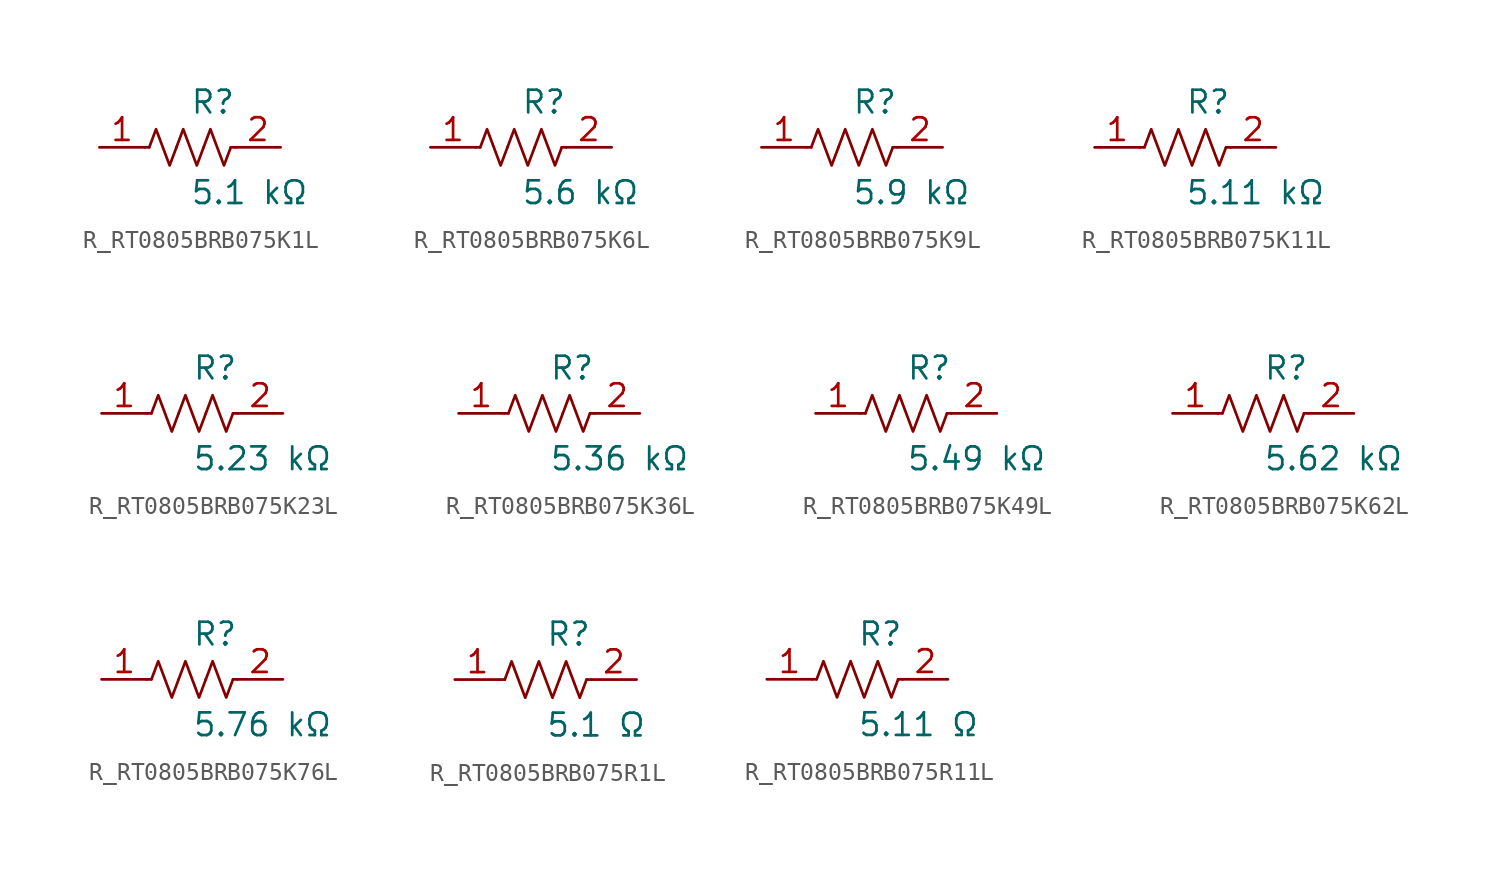
<source format=kicad_sym>
(kicad_symbol_lib
  (version 20231120)
  (generator kicad_symbol_editor)
  (generator_version 8.0)
  (symbol "R_RT0805BRB075K1L"
    (pin_names
      (offset 0.254))
    (property "Reference" "R"
      (at 0 2.54 0)
      (effects (font (size 1.27 1.27)) (justify left)))
    (property "Value" "5.1 kΩ"
      (at 0 -2.54 0)
      (effects (font (size 1.27 1.27)) (justify left)))
    (symbol "R_RT0805BRB075K1L_0_1"
      (polyline (pts (xy 2.286 0) (xy 2.54 0)) (stroke (width 0) (type default)) (fill (type none)))
      (polyline (pts (xy -2.286 0) (xy -2.54 0)) (stroke (width 0) (type default)) (fill (type none)))
      (polyline (pts (xy 0.762 0) (xy 1.143 1.016) (xy 1.524 0) (xy 1.905 -1.016) (xy 2.286 0)) (stroke (width 0) (type default)) (fill (type none)))
      (polyline (pts (xy -0.762 0) (xy -0.381 1.016) (xy 0 0) (xy 0.381 -1.016) (xy 0.762 0)) (stroke (width 0) (type default)) (fill (type none)))
      (polyline (pts (xy -2.286 0) (xy -1.905 1.016) (xy -1.524 0) (xy -1.143 -1.016) (xy -0.762 0)) (stroke (width 0) (type default)) (fill (type none))))
    (pin unspecified line
      (at -5.08 0 0)
      (length 2.54)
      (name "" (effects (font (size 1.27 1.27))))
      (number "1" (effects (font (size 1.27 1.27)))))
    (pin unspecified line
      (at 5.08 0 180)
      (length 2.54)
      (name "" (effects (font (size 1.27 1.27))))
      (number "2" (effects (font (size 1.27 1.27))))))
  (symbol "R_RT0805BRB075K6L"
    (pin_names
      (offset 0.254))
    (property "Reference" "R"
      (at 0 2.54 0)
      (effects (font (size 1.27 1.27)) (justify left)))
    (property "Value" "5.6 kΩ"
      (at 0 -2.54 0)
      (effects (font (size 1.27 1.27)) (justify left)))
    (symbol "R_RT0805BRB075K6L_0_1"
      (polyline (pts (xy 2.286 0) (xy 2.54 0)) (stroke (width 0) (type default)) (fill (type none)))
      (polyline (pts (xy -2.286 0) (xy -2.54 0)) (stroke (width 0) (type default)) (fill (type none)))
      (polyline (pts (xy 0.762 0) (xy 1.143 1.016) (xy 1.524 0) (xy 1.905 -1.016) (xy 2.286 0)) (stroke (width 0) (type default)) (fill (type none)))
      (polyline (pts (xy -0.762 0) (xy -0.381 1.016) (xy 0 0) (xy 0.381 -1.016) (xy 0.762 0)) (stroke (width 0) (type default)) (fill (type none)))
      (polyline (pts (xy -2.286 0) (xy -1.905 1.016) (xy -1.524 0) (xy -1.143 -1.016) (xy -0.762 0)) (stroke (width 0) (type default)) (fill (type none))))
    (pin unspecified line
      (at -5.08 0 0)
      (length 2.54)
      (name "" (effects (font (size 1.27 1.27))))
      (number "1" (effects (font (size 1.27 1.27)))))
    (pin unspecified line
      (at 5.08 0 180)
      (length 2.54)
      (name "" (effects (font (size 1.27 1.27))))
      (number "2" (effects (font (size 1.27 1.27))))))
  (symbol "R_RT0805BRB075K9L"
    (pin_names
      (offset 0.254))
    (property "Reference" "R"
      (at 0 2.54 0)
      (effects (font (size 1.27 1.27)) (justify left)))
    (property "Value" "5.9 kΩ"
      (at 0 -2.54 0)
      (effects (font (size 1.27 1.27)) (justify left)))
    (symbol "R_RT0805BRB075K9L_0_1"
      (polyline (pts (xy 2.286 0) (xy 2.54 0)) (stroke (width 0) (type default)) (fill (type none)))
      (polyline (pts (xy -2.286 0) (xy -2.54 0)) (stroke (width 0) (type default)) (fill (type none)))
      (polyline (pts (xy 0.762 0) (xy 1.143 1.016) (xy 1.524 0) (xy 1.905 -1.016) (xy 2.286 0)) (stroke (width 0) (type default)) (fill (type none)))
      (polyline (pts (xy -0.762 0) (xy -0.381 1.016) (xy 0 0) (xy 0.381 -1.016) (xy 0.762 0)) (stroke (width 0) (type default)) (fill (type none)))
      (polyline (pts (xy -2.286 0) (xy -1.905 1.016) (xy -1.524 0) (xy -1.143 -1.016) (xy -0.762 0)) (stroke (width 0) (type default)) (fill (type none))))
    (pin unspecified line
      (at -5.08 0 0)
      (length 2.54)
      (name "" (effects (font (size 1.27 1.27))))
      (number "1" (effects (font (size 1.27 1.27)))))
    (pin unspecified line
      (at 5.08 0 180)
      (length 2.54)
      (name "" (effects (font (size 1.27 1.27))))
      (number "2" (effects (font (size 1.27 1.27))))))
  (symbol "R_RT0805BRB075K11L"
    (pin_names
      (offset 0.254))
    (property "Reference" "R"
      (at 0 2.54 0)
      (effects (font (size 1.27 1.27)) (justify left)))
    (property "Value" "5.11 kΩ"
      (at 0 -2.54 0)
      (effects (font (size 1.27 1.27)) (justify left)))
    (symbol "R_RT0805BRB075K11L_0_1"
      (polyline (pts (xy 2.286 0) (xy 2.54 0)) (stroke (width 0) (type default)) (fill (type none)))
      (polyline (pts (xy -2.286 0) (xy -2.54 0)) (stroke (width 0) (type default)) (fill (type none)))
      (polyline (pts (xy 0.762 0) (xy 1.143 1.016) (xy 1.524 0) (xy 1.905 -1.016) (xy 2.286 0)) (stroke (width 0) (type default)) (fill (type none)))
      (polyline (pts (xy -0.762 0) (xy -0.381 1.016) (xy 0 0) (xy 0.381 -1.016) (xy 0.762 0)) (stroke (width 0) (type default)) (fill (type none)))
      (polyline (pts (xy -2.286 0) (xy -1.905 1.016) (xy -1.524 0) (xy -1.143 -1.016) (xy -0.762 0)) (stroke (width 0) (type default)) (fill (type none))))
    (pin unspecified line
      (at -5.08 0 0)
      (length 2.54)
      (name "" (effects (font (size 1.27 1.27))))
      (number "1" (effects (font (size 1.27 1.27)))))
    (pin unspecified line
      (at 5.08 0 180)
      (length 2.54)
      (name "" (effects (font (size 1.27 1.27))))
      (number "2" (effects (font (size 1.27 1.27))))))
  (symbol "R_RT0805BRB075K23L"
    (pin_names
      (offset 0.254))
    (property "Reference" "R"
      (at 0 2.54 0)
      (effects (font (size 1.27 1.27)) (justify left)))
    (property "Value" "5.23 kΩ"
      (at 0 -2.54 0)
      (effects (font (size 1.27 1.27)) (justify left)))
    (symbol "R_RT0805BRB075K23L_0_1"
      (polyline (pts (xy 2.286 0) (xy 2.54 0)) (stroke (width 0) (type default)) (fill (type none)))
      (polyline (pts (xy -2.286 0) (xy -2.54 0)) (stroke (width 0) (type default)) (fill (type none)))
      (polyline (pts (xy 0.762 0) (xy 1.143 1.016) (xy 1.524 0) (xy 1.905 -1.016) (xy 2.286 0)) (stroke (width 0) (type default)) (fill (type none)))
      (polyline (pts (xy -0.762 0) (xy -0.381 1.016) (xy 0 0) (xy 0.381 -1.016) (xy 0.762 0)) (stroke (width 0) (type default)) (fill (type none)))
      (polyline (pts (xy -2.286 0) (xy -1.905 1.016) (xy -1.524 0) (xy -1.143 -1.016) (xy -0.762 0)) (stroke (width 0) (type default)) (fill (type none))))
    (pin unspecified line
      (at -5.08 0 0)
      (length 2.54)
      (name "" (effects (font (size 1.27 1.27))))
      (number "1" (effects (font (size 1.27 1.27)))))
    (pin unspecified line
      (at 5.08 0 180)
      (length 2.54)
      (name "" (effects (font (size 1.27 1.27))))
      (number "2" (effects (font (size 1.27 1.27))))))
  (symbol "R_RT0805BRB075K36L"
    (pin_names
      (offset 0.254))
    (property "Reference" "R"
      (at 0 2.54 0)
      (effects (font (size 1.27 1.27)) (justify left)))
    (property "Value" "5.36 kΩ"
      (at 0 -2.54 0)
      (effects (font (size 1.27 1.27)) (justify left)))
    (symbol "R_RT0805BRB075K36L_0_1"
      (polyline (pts (xy 2.286 0) (xy 2.54 0)) (stroke (width 0) (type default)) (fill (type none)))
      (polyline (pts (xy -2.286 0) (xy -2.54 0)) (stroke (width 0) (type default)) (fill (type none)))
      (polyline (pts (xy 0.762 0) (xy 1.143 1.016) (xy 1.524 0) (xy 1.905 -1.016) (xy 2.286 0)) (stroke (width 0) (type default)) (fill (type none)))
      (polyline (pts (xy -0.762 0) (xy -0.381 1.016) (xy 0 0) (xy 0.381 -1.016) (xy 0.762 0)) (stroke (width 0) (type default)) (fill (type none)))
      (polyline (pts (xy -2.286 0) (xy -1.905 1.016) (xy -1.524 0) (xy -1.143 -1.016) (xy -0.762 0)) (stroke (width 0) (type default)) (fill (type none))))
    (pin unspecified line
      (at -5.08 0 0)
      (length 2.54)
      (name "" (effects (font (size 1.27 1.27))))
      (number "1" (effects (font (size 1.27 1.27)))))
    (pin unspecified line
      (at 5.08 0 180)
      (length 2.54)
      (name "" (effects (font (size 1.27 1.27))))
      (number "2" (effects (font (size 1.27 1.27))))))
  (symbol "R_RT0805BRB075K49L"
    (pin_names
      (offset 0.254))
    (property "Reference" "R"
      (at 0 2.54 0)
      (effects (font (size 1.27 1.27)) (justify left)))
    (property "Value" "5.49 kΩ"
      (at 0 -2.54 0)
      (effects (font (size 1.27 1.27)) (justify left)))
    (symbol "R_RT0805BRB075K49L_0_1"
      (polyline (pts (xy 2.286 0) (xy 2.54 0)) (stroke (width 0) (type default)) (fill (type none)))
      (polyline (pts (xy -2.286 0) (xy -2.54 0)) (stroke (width 0) (type default)) (fill (type none)))
      (polyline (pts (xy 0.762 0) (xy 1.143 1.016) (xy 1.524 0) (xy 1.905 -1.016) (xy 2.286 0)) (stroke (width 0) (type default)) (fill (type none)))
      (polyline (pts (xy -0.762 0) (xy -0.381 1.016) (xy 0 0) (xy 0.381 -1.016) (xy 0.762 0)) (stroke (width 0) (type default)) (fill (type none)))
      (polyline (pts (xy -2.286 0) (xy -1.905 1.016) (xy -1.524 0) (xy -1.143 -1.016) (xy -0.762 0)) (stroke (width 0) (type default)) (fill (type none))))
    (pin unspecified line
      (at -5.08 0 0)
      (length 2.54)
      (name "" (effects (font (size 1.27 1.27))))
      (number "1" (effects (font (size 1.27 1.27)))))
    (pin unspecified line
      (at 5.08 0 180)
      (length 2.54)
      (name "" (effects (font (size 1.27 1.27))))
      (number "2" (effects (font (size 1.27 1.27))))))
  (symbol "R_RT0805BRB075K62L"
    (pin_names
      (offset 0.254))
    (property "Reference" "R"
      (at 0 2.54 0)
      (effects (font (size 1.27 1.27)) (justify left)))
    (property "Value" "5.62 kΩ"
      (at 0 -2.54 0)
      (effects (font (size 1.27 1.27)) (justify left)))
    (symbol "R_RT0805BRB075K62L_0_1"
      (polyline (pts (xy 2.286 0) (xy 2.54 0)) (stroke (width 0) (type default)) (fill (type none)))
      (polyline (pts (xy -2.286 0) (xy -2.54 0)) (stroke (width 0) (type default)) (fill (type none)))
      (polyline (pts (xy 0.762 0) (xy 1.143 1.016) (xy 1.524 0) (xy 1.905 -1.016) (xy 2.286 0)) (stroke (width 0) (type default)) (fill (type none)))
      (polyline (pts (xy -0.762 0) (xy -0.381 1.016) (xy 0 0) (xy 0.381 -1.016) (xy 0.762 0)) (stroke (width 0) (type default)) (fill (type none)))
      (polyline (pts (xy -2.286 0) (xy -1.905 1.016) (xy -1.524 0) (xy -1.143 -1.016) (xy -0.762 0)) (stroke (width 0) (type default)) (fill (type none))))
    (pin unspecified line
      (at -5.08 0 0)
      (length 2.54)
      (name "" (effects (font (size 1.27 1.27))))
      (number "1" (effects (font (size 1.27 1.27)))))
    (pin unspecified line
      (at 5.08 0 180)
      (length 2.54)
      (name "" (effects (font (size 1.27 1.27))))
      (number "2" (effects (font (size 1.27 1.27))))))
  (symbol "R_RT0805BRB075K76L"
    (pin_names
      (offset 0.254))
    (property "Reference" "R"
      (at 0 2.54 0)
      (effects (font (size 1.27 1.27)) (justify left)))
    (property "Value" "5.76 kΩ"
      (at 0 -2.54 0)
      (effects (font (size 1.27 1.27)) (justify left)))
    (symbol "R_RT0805BRB075K76L_0_1"
      (polyline (pts (xy 2.286 0) (xy 2.54 0)) (stroke (width 0) (type default)) (fill (type none)))
      (polyline (pts (xy -2.286 0) (xy -2.54 0)) (stroke (width 0) (type default)) (fill (type none)))
      (polyline (pts (xy 0.762 0) (xy 1.143 1.016) (xy 1.524 0) (xy 1.905 -1.016) (xy 2.286 0)) (stroke (width 0) (type default)) (fill (type none)))
      (polyline (pts (xy -0.762 0) (xy -0.381 1.016) (xy 0 0) (xy 0.381 -1.016) (xy 0.762 0)) (stroke (width 0) (type default)) (fill (type none)))
      (polyline (pts (xy -2.286 0) (xy -1.905 1.016) (xy -1.524 0) (xy -1.143 -1.016) (xy -0.762 0)) (stroke (width 0) (type default)) (fill (type none))))
    (pin unspecified line
      (at -5.08 0 0)
      (length 2.54)
      (name "" (effects (font (size 1.27 1.27))))
      (number "1" (effects (font (size 1.27 1.27)))))
    (pin unspecified line
      (at 5.08 0 180)
      (length 2.54)
      (name "" (effects (font (size 1.27 1.27))))
      (number "2" (effects (font (size 1.27 1.27))))))
  (symbol "R_RT0805BRB075R1L"
    (pin_names
      (offset 0.254))
    (property "Reference" "R"
      (at 0 2.54 0)
      (effects (font (size 1.27 1.27)) (justify left)))
    (property "Value" "5.1 Ω"
      (at 0 -2.54 0)
      (effects (font (size 1.27 1.27)) (justify left)))
    (symbol "R_RT0805BRB075R1L_0_1"
      (polyline (pts (xy 2.286 0) (xy 2.54 0)) (stroke (width 0) (type default)) (fill (type none)))
      (polyline (pts (xy -2.286 0) (xy -2.54 0)) (stroke (width 0) (type default)) (fill (type none)))
      (polyline (pts (xy 0.762 0) (xy 1.143 1.016) (xy 1.524 0) (xy 1.905 -1.016) (xy 2.286 0)) (stroke (width 0) (type default)) (fill (type none)))
      (polyline (pts (xy -0.762 0) (xy -0.381 1.016) (xy 0 0) (xy 0.381 -1.016) (xy 0.762 0)) (stroke (width 0) (type default)) (fill (type none)))
      (polyline (pts (xy -2.286 0) (xy -1.905 1.016) (xy -1.524 0) (xy -1.143 -1.016) (xy -0.762 0)) (stroke (width 0) (type default)) (fill (type none))))
    (pin unspecified line
      (at -5.08 0 0)
      (length 2.54)
      (name "" (effects (font (size 1.27 1.27))))
      (number "1" (effects (font (size 1.27 1.27)))))
    (pin unspecified line
      (at 5.08 0 180)
      (length 2.54)
      (name "" (effects (font (size 1.27 1.27))))
      (number "2" (effects (font (size 1.27 1.27))))))
  (symbol "R_RT0805BRB075R11L"
    (pin_names
      (offset 0.254))
    (property "Reference" "R"
      (at 0 2.54 0)
      (effects (font (size 1.27 1.27)) (justify left)))
    (property "Value" "5.11 Ω"
      (at 0 -2.54 0)
      (effects (font (size 1.27 1.27)) (justify left)))
    (symbol "R_RT0805BRB075R11L_0_1"
      (polyline (pts (xy 2.286 0) (xy 2.54 0)) (stroke (width 0) (type default)) (fill (type none)))
      (polyline (pts (xy -2.286 0) (xy -2.54 0)) (stroke (width 0) (type default)) (fill (type none)))
      (polyline (pts (xy 0.762 0) (xy 1.143 1.016) (xy 1.524 0) (xy 1.905 -1.016) (xy 2.286 0)) (stroke (width 0) (type default)) (fill (type none)))
      (polyline (pts (xy -0.762 0) (xy -0.381 1.016) (xy 0 0) (xy 0.381 -1.016) (xy 0.762 0)) (stroke (width 0) (type default)) (fill (type none)))
      (polyline (pts (xy -2.286 0) (xy -1.905 1.016) (xy -1.524 0) (xy -1.143 -1.016) (xy -0.762 0)) (stroke (width 0) (type default)) (fill (type none))))
    (pin unspecified line
      (at -5.08 0 0)
      (length 2.54)
      (name "" (effects (font (size 1.27 1.27))))
      (number "1" (effects (font (size 1.27 1.27)))))
    (pin unspecified line
      (at 5.08 0 180)
      (length 2.54)
      (name "" (effects (font (size 1.27 1.27))))
      (number "2" (effects (font (size 1.27 1.27)))))))
</source>
